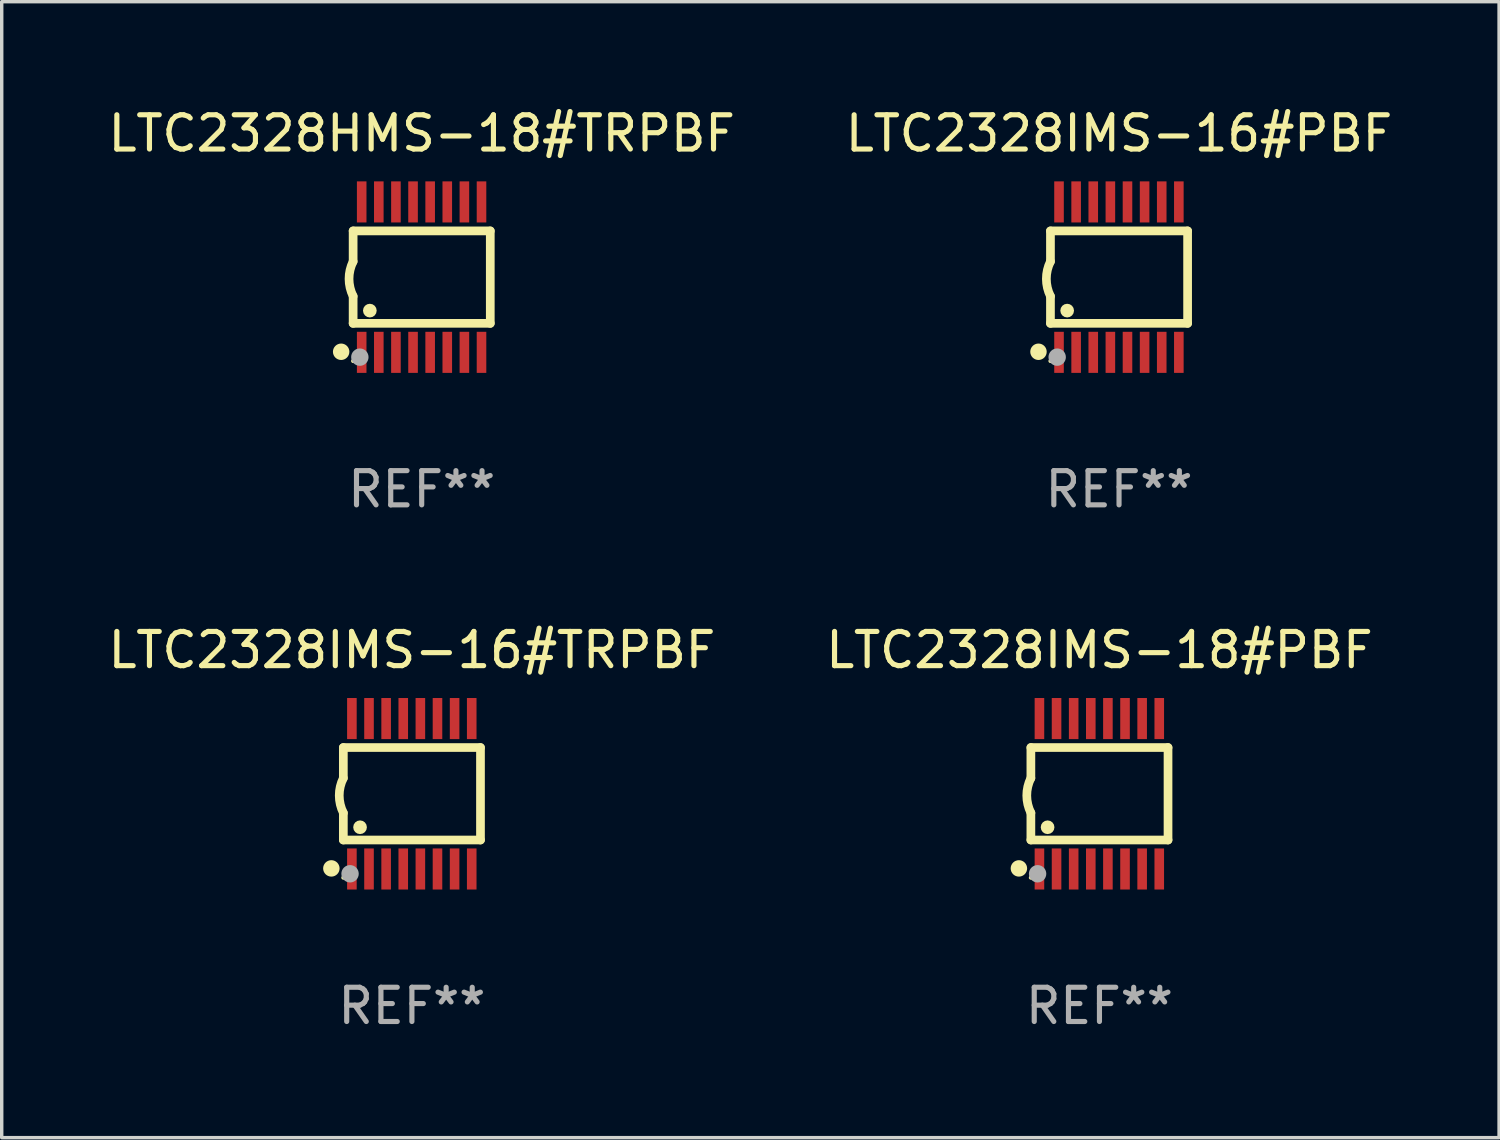
<source format=kicad_pcb>
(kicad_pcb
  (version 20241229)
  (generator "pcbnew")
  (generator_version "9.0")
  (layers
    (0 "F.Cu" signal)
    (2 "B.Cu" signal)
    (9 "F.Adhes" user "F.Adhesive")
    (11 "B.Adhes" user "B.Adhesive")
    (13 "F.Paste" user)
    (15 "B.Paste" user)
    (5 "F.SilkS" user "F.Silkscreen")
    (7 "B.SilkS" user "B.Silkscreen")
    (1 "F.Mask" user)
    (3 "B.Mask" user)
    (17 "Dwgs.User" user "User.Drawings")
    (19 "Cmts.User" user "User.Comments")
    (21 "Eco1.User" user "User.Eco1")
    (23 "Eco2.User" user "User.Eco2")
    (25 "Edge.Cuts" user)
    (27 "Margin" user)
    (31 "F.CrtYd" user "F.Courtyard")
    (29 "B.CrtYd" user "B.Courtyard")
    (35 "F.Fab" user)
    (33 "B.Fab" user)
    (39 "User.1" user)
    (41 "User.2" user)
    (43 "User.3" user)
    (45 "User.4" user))
  (footprint "LTC2328IMS-16#TRPBF"
    (layer "F.Cu")
    (at 8.982 20.136)
    (property "Reference" "LTC2328IMS-16#TRPBF" (at 0 -4.197 0) (layer "F.SilkS") (effects (font (size 1 1) (thickness 0.15))))
    (attr through_hole)
    (fp_line (start -2.003 -1.35) (end -2.003 -0.457) (stroke (width 0.254) (type solid)) (layer "F.SilkS"))
    (fp_line (start -2.003 -1.35) (end 2.003 -1.35) (stroke (width 0.254) (type solid)) (layer "F.SilkS"))
    (fp_line (start -2.003 1.35) (end -2.003 0.559) (stroke (width 0.254) (type solid)) (layer "F.SilkS"))
    (fp_line (start -2.003 1.35) (end 2.003 1.35) (stroke (width 0.254) (type solid)) (layer "F.SilkS"))
    (fp_line (start 2.003 -1.35) (end 2.003 1.35) (stroke (width 0.254) (type solid)) (layer "F.SilkS"))
    (fp_arc (start -2.002286 0.558802) (mid -2.122556 0.05092) (end -2.003302 -0.457201) (stroke (width 0.254001) (type solid)) (layer "F.SilkS"))
    (fp_circle (center -2.353 2.18) (end -2.233 2.18) (stroke (width 0.24) (type solid)) (fill no) (layer "F.SilkS"))
    (fp_circle (center -2.003 2.45) (end -1.973 2.45) (stroke (width 0.06) (type solid)) (fill no) (layer "F.SilkS"))
    (fp_circle (center -1.515 0.978) (end -1.415 0.978) (stroke (width 0.2) (type solid)) (fill no) (layer "F.SilkS"))
    (fp_circle (center -1.807 2.337) (end -1.68 2.337) (stroke (width 0.254) (type solid)) (fill no) (layer "F.Fab"))
    (fp_text user "REF**" (at 0 6.197 0) (layer "F.Fab") (effects (font (size 1 1) (thickness 0.15))))
    (pad "1" smd rect (at -1.753 2.197 90) (size 1.2 0.28) (layers "F.Cu" "F.Mask" "F.Paste"))
    (pad "2" smd rect (at -1.253 2.197 90) (size 1.2 0.28) (layers "F.Cu" "F.Mask" "F.Paste"))
    (pad "3" smd rect (at -0.753 2.197 90) (size 1.2 0.28) (layers "F.Cu" "F.Mask" "F.Paste"))
    (pad "4" smd rect (at -0.253 2.197 90) (size 1.2 0.28) (layers "F.Cu" "F.Mask" "F.Paste"))
    (pad "5" smd rect (at 0.247 2.197 90) (size 1.2 0.28) (layers "F.Cu" "F.Mask" "F.Paste"))
    (pad "6" smd rect (at 0.747 2.197 90) (size 1.2 0.28) (layers "F.Cu" "F.Mask" "F.Paste"))
    (pad "7" smd rect (at 1.247 2.197 90) (size 1.2 0.28) (layers "F.Cu" "F.Mask" "F.Paste"))
    (pad "8" smd rect (at 1.747 2.197 90) (size 1.2 0.28) (layers "F.Cu" "F.Mask" "F.Paste"))
    (pad "9" smd rect (at 1.747 -2.197 90) (size 1.2 0.28) (layers "F.Cu" "F.Mask" "F.Paste"))
    (pad "10" smd rect (at 1.247 -2.197 90) (size 1.2 0.28) (layers "F.Cu" "F.Mask" "F.Paste"))
    (pad "11" smd rect (at 0.747 -2.197 90) (size 1.2 0.28) (layers "F.Cu" "F.Mask" "F.Paste"))
    (pad "12" smd rect (at 0.247 -2.197 90) (size 1.2 0.28) (layers "F.Cu" "F.Mask" "F.Paste"))
    (pad "13" smd rect (at -0.253 -2.197 90) (size 1.2 0.28) (layers "F.Cu" "F.Mask" "F.Paste"))
    (pad "14" smd rect (at -0.753 -2.197 90) (size 1.2 0.28) (layers "F.Cu" "F.Mask" "F.Paste"))
    (pad "15" smd rect (at -1.253 -2.197 90) (size 1.2 0.28) (layers "F.Cu" "F.Mask" "F.Paste"))
    (pad "16" smd rect (at -1.753 -2.197 90) (size 1.2 0.28) (layers "F.Cu" "F.Mask" "F.Paste")))
  (footprint "LTC2328IMS-18#PBF"
    (layer "F.Cu")
    (at 29.065 20.136)
    (property "Reference" "LTC2328IMS-18#PBF" (at 0 -4.197 0) (layer "F.SilkS") (effects (font (size 1 1) (thickness 0.15))))
    (attr through_hole)
    (fp_line (start -2.003 -1.35) (end -2.003 -0.457) (stroke (width 0.254) (type solid)) (layer "F.SilkS"))
    (fp_line (start -2.003 -1.35) (end 2.003 -1.35) (stroke (width 0.254) (type solid)) (layer "F.SilkS"))
    (fp_line (start -2.003 1.35) (end -2.003 0.559) (stroke (width 0.254) (type solid)) (layer "F.SilkS"))
    (fp_line (start -2.003 1.35) (end 2.003 1.35) (stroke (width 0.254) (type solid)) (layer "F.SilkS"))
    (fp_line (start 2.003 -1.35) (end 2.003 1.35) (stroke (width 0.254) (type solid)) (layer "F.SilkS"))
    (fp_arc (start -2.002286 0.558802) (mid -2.122556 0.05092) (end -2.003302 -0.457201) (stroke (width 0.254001) (type solid)) (layer "F.SilkS"))
    (fp_circle (center -2.353 2.18) (end -2.233 2.18) (stroke (width 0.24) (type solid)) (fill no) (layer "F.SilkS"))
    (fp_circle (center -2.003 2.45) (end -1.973 2.45) (stroke (width 0.06) (type solid)) (fill no) (layer "F.SilkS"))
    (fp_circle (center -1.515 0.978) (end -1.415 0.978) (stroke (width 0.2) (type solid)) (fill no) (layer "F.SilkS"))
    (fp_circle (center -1.807 2.337) (end -1.68 2.337) (stroke (width 0.254) (type solid)) (fill no) (layer "F.Fab"))
    (fp_text user "REF**" (at 0 6.197 0) (layer "F.Fab") (effects (font (size 1 1) (thickness 0.15))))
    (pad "1" smd rect (at -1.753 2.197 90) (size 1.2 0.28) (layers "F.Cu" "F.Mask" "F.Paste"))
    (pad "2" smd rect (at -1.253 2.197 90) (size 1.2 0.28) (layers "F.Cu" "F.Mask" "F.Paste"))
    (pad "3" smd rect (at -0.753 2.197 90) (size 1.2 0.28) (layers "F.Cu" "F.Mask" "F.Paste"))
    (pad "4" smd rect (at -0.253 2.197 90) (size 1.2 0.28) (layers "F.Cu" "F.Mask" "F.Paste"))
    (pad "5" smd rect (at 0.247 2.197 90) (size 1.2 0.28) (layers "F.Cu" "F.Mask" "F.Paste"))
    (pad "6" smd rect (at 0.747 2.197 90) (size 1.2 0.28) (layers "F.Cu" "F.Mask" "F.Paste"))
    (pad "7" smd rect (at 1.247 2.197 90) (size 1.2 0.28) (layers "F.Cu" "F.Mask" "F.Paste"))
    (pad "8" smd rect (at 1.747 2.197 90) (size 1.2 0.28) (layers "F.Cu" "F.Mask" "F.Paste"))
    (pad "9" smd rect (at 1.747 -2.197 90) (size 1.2 0.28) (layers "F.Cu" "F.Mask" "F.Paste"))
    (pad "10" smd rect (at 1.247 -2.197 90) (size 1.2 0.28) (layers "F.Cu" "F.Mask" "F.Paste"))
    (pad "11" smd rect (at 0.747 -2.197 90) (size 1.2 0.28) (layers "F.Cu" "F.Mask" "F.Paste"))
    (pad "12" smd rect (at 0.247 -2.197 90) (size 1.2 0.28) (layers "F.Cu" "F.Mask" "F.Paste"))
    (pad "13" smd rect (at -0.253 -2.197 90) (size 1.2 0.28) (layers "F.Cu" "F.Mask" "F.Paste"))
    (pad "14" smd rect (at -0.753 -2.197 90) (size 1.2 0.28) (layers "F.Cu" "F.Mask" "F.Paste"))
    (pad "15" smd rect (at -1.253 -2.197 90) (size 1.2 0.28) (layers "F.Cu" "F.Mask" "F.Paste"))
    (pad "16" smd rect (at -1.753 -2.197 90) (size 1.2 0.28) (layers "F.Cu" "F.Mask" "F.Paste")))
  (footprint "LTC2328HMS-18#TRPBF"
    (layer "F.Cu")
    (at 9.268 5.045)
    (property "Reference" "LTC2328HMS-18#TRPBF" (at 0 -4.197 0) (layer "F.SilkS") (effects (font (size 1 1) (thickness 0.15))))
    (attr through_hole)
    (fp_line (start -2.003 -1.35) (end -2.003 -0.457) (stroke (width 0.254) (type solid)) (layer "F.SilkS"))
    (fp_line (start -2.003 -1.35) (end 2.003 -1.35) (stroke (width 0.254) (type solid)) (layer "F.SilkS"))
    (fp_line (start -2.003 1.35) (end -2.003 0.559) (stroke (width 0.254) (type solid)) (layer "F.SilkS"))
    (fp_line (start -2.003 1.35) (end 2.003 1.35) (stroke (width 0.254) (type solid)) (layer "F.SilkS"))
    (fp_line (start 2.003 -1.35) (end 2.003 1.35) (stroke (width 0.254) (type solid)) (layer "F.SilkS"))
    (fp_arc (start -2.002286 0.558802) (mid -2.122556 0.05092) (end -2.003302 -0.457201) (stroke (width 0.254001) (type solid)) (layer "F.SilkS"))
    (fp_circle (center -2.353 2.18) (end -2.233 2.18) (stroke (width 0.24) (type solid)) (fill no) (layer "F.SilkS"))
    (fp_circle (center -2.003 2.45) (end -1.973 2.45) (stroke (width 0.06) (type solid)) (fill no) (layer "F.SilkS"))
    (fp_circle (center -1.515 0.978) (end -1.415 0.978) (stroke (width 0.2) (type solid)) (fill no) (layer "F.SilkS"))
    (fp_circle (center -1.807 2.337) (end -1.68 2.337) (stroke (width 0.254) (type solid)) (fill no) (layer "F.Fab"))
    (fp_text user "REF**" (at 0 6.197 0) (layer "F.Fab") (effects (font (size 1 1) (thickness 0.15))))
    (pad "1" smd rect (at -1.753 2.197 90) (size 1.2 0.28) (layers "F.Cu" "F.Mask" "F.Paste"))
    (pad "2" smd rect (at -1.253 2.197 90) (size 1.2 0.28) (layers "F.Cu" "F.Mask" "F.Paste"))
    (pad "3" smd rect (at -0.753 2.197 90) (size 1.2 0.28) (layers "F.Cu" "F.Mask" "F.Paste"))
    (pad "4" smd rect (at -0.253 2.197 90) (size 1.2 0.28) (layers "F.Cu" "F.Mask" "F.Paste"))
    (pad "5" smd rect (at 0.247 2.197 90) (size 1.2 0.28) (layers "F.Cu" "F.Mask" "F.Paste"))
    (pad "6" smd rect (at 0.747 2.197 90) (size 1.2 0.28) (layers "F.Cu" "F.Mask" "F.Paste"))
    (pad "7" smd rect (at 1.247 2.197 90) (size 1.2 0.28) (layers "F.Cu" "F.Mask" "F.Paste"))
    (pad "8" smd rect (at 1.747 2.197 90) (size 1.2 0.28) (layers "F.Cu" "F.Mask" "F.Paste"))
    (pad "9" smd rect (at 1.747 -2.197 90) (size 1.2 0.28) (layers "F.Cu" "F.Mask" "F.Paste"))
    (pad "10" smd rect (at 1.247 -2.197 90) (size 1.2 0.28) (layers "F.Cu" "F.Mask" "F.Paste"))
    (pad "11" smd rect (at 0.747 -2.197 90) (size 1.2 0.28) (layers "F.Cu" "F.Mask" "F.Paste"))
    (pad "12" smd rect (at 0.247 -2.197 90) (size 1.2 0.28) (layers "F.Cu" "F.Mask" "F.Paste"))
    (pad "13" smd rect (at -0.253 -2.197 90) (size 1.2 0.28) (layers "F.Cu" "F.Mask" "F.Paste"))
    (pad "14" smd rect (at -0.753 -2.197 90) (size 1.2 0.28) (layers "F.Cu" "F.Mask" "F.Paste"))
    (pad "15" smd rect (at -1.253 -2.197 90) (size 1.2 0.28) (layers "F.Cu" "F.Mask" "F.Paste"))
    (pad "16" smd rect (at -1.753 -2.197 90) (size 1.2 0.28) (layers "F.Cu" "F.Mask" "F.Paste")))
  (footprint "LTC2328IMS-16#PBF"
    (layer "F.Cu")
    (at 29.637 5.045)
    (property "Reference" "LTC2328IMS-16#PBF" (at 0 -4.197 0) (layer "F.SilkS") (effects (font (size 1 1) (thickness 0.15))))
    (attr through_hole)
    (fp_line (start -2.003 -1.35) (end -2.003 -0.457) (stroke (width 0.254) (type solid)) (layer "F.SilkS"))
    (fp_line (start -2.003 -1.35) (end 2.003 -1.35) (stroke (width 0.254) (type solid)) (layer "F.SilkS"))
    (fp_line (start -2.003 1.35) (end -2.003 0.559) (stroke (width 0.254) (type solid)) (layer "F.SilkS"))
    (fp_line (start -2.003 1.35) (end 2.003 1.35) (stroke (width 0.254) (type solid)) (layer "F.SilkS"))
    (fp_line (start 2.003 -1.35) (end 2.003 1.35) (stroke (width 0.254) (type solid)) (layer "F.SilkS"))
    (fp_arc (start -2.002286 0.558802) (mid -2.122556 0.05092) (end -2.003302 -0.457201) (stroke (width 0.254001) (type solid)) (layer "F.SilkS"))
    (fp_circle (center -2.353 2.18) (end -2.233 2.18) (stroke (width 0.24) (type solid)) (fill no) (layer "F.SilkS"))
    (fp_circle (center -2.003 2.45) (end -1.973 2.45) (stroke (width 0.06) (type solid)) (fill no) (layer "F.SilkS"))
    (fp_circle (center -1.515 0.978) (end -1.415 0.978) (stroke (width 0.2) (type solid)) (fill no) (layer "F.SilkS"))
    (fp_circle (center -1.807 2.337) (end -1.68 2.337) (stroke (width 0.254) (type solid)) (fill no) (layer "F.Fab"))
    (fp_text user "REF**" (at 0 6.197 0) (layer "F.Fab") (effects (font (size 1 1) (thickness 0.15))))
    (pad "1" smd rect (at -1.753 2.197 90) (size 1.2 0.28) (layers "F.Cu" "F.Mask" "F.Paste"))
    (pad "2" smd rect (at -1.253 2.197 90) (size 1.2 0.28) (layers "F.Cu" "F.Mask" "F.Paste"))
    (pad "3" smd rect (at -0.753 2.197 90) (size 1.2 0.28) (layers "F.Cu" "F.Mask" "F.Paste"))
    (pad "4" smd rect (at -0.253 2.197 90) (size 1.2 0.28) (layers "F.Cu" "F.Mask" "F.Paste"))
    (pad "5" smd rect (at 0.247 2.197 90) (size 1.2 0.28) (layers "F.Cu" "F.Mask" "F.Paste"))
    (pad "6" smd rect (at 0.747 2.197 90) (size 1.2 0.28) (layers "F.Cu" "F.Mask" "F.Paste"))
    (pad "7" smd rect (at 1.247 2.197 90) (size 1.2 0.28) (layers "F.Cu" "F.Mask" "F.Paste"))
    (pad "8" smd rect (at 1.747 2.197 90) (size 1.2 0.28) (layers "F.Cu" "F.Mask" "F.Paste"))
    (pad "9" smd rect (at 1.747 -2.197 90) (size 1.2 0.28) (layers "F.Cu" "F.Mask" "F.Paste"))
    (pad "10" smd rect (at 1.247 -2.197 90) (size 1.2 0.28) (layers "F.Cu" "F.Mask" "F.Paste"))
    (pad "11" smd rect (at 0.747 -2.197 90) (size 1.2 0.28) (layers "F.Cu" "F.Mask" "F.Paste"))
    (pad "12" smd rect (at 0.247 -2.197 90) (size 1.2 0.28) (layers "F.Cu" "F.Mask" "F.Paste"))
    (pad "13" smd rect (at -0.253 -2.197 90) (size 1.2 0.28) (layers "F.Cu" "F.Mask" "F.Paste"))
    (pad "14" smd rect (at -0.753 -2.197 90) (size 1.2 0.28) (layers "F.Cu" "F.Mask" "F.Paste"))
    (pad "15" smd rect (at -1.253 -2.197 90) (size 1.2 0.28) (layers "F.Cu" "F.Mask" "F.Paste"))
    (pad "16" smd rect (at -1.753 -2.197 90) (size 1.2 0.28) (layers "F.Cu" "F.Mask" "F.Paste")))
  (gr_rect
    (start -3 -3)
    (end 40.738 30.181)
    (stroke (width 0.1) (type default))
    (fill no)
    (layer "Edge.Cuts")))
</source>
